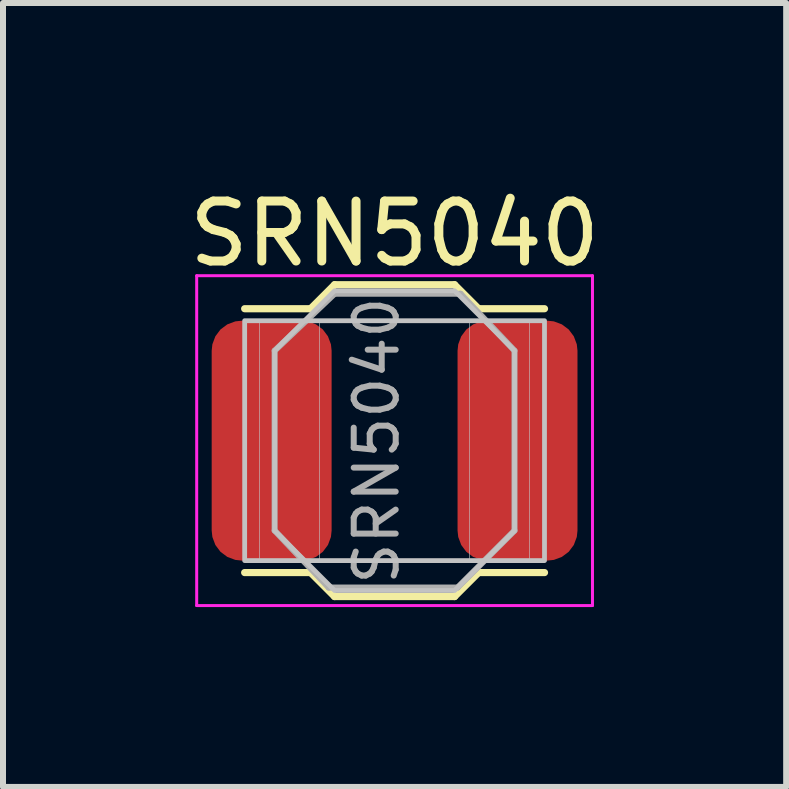
<source format=kicad_pcb>
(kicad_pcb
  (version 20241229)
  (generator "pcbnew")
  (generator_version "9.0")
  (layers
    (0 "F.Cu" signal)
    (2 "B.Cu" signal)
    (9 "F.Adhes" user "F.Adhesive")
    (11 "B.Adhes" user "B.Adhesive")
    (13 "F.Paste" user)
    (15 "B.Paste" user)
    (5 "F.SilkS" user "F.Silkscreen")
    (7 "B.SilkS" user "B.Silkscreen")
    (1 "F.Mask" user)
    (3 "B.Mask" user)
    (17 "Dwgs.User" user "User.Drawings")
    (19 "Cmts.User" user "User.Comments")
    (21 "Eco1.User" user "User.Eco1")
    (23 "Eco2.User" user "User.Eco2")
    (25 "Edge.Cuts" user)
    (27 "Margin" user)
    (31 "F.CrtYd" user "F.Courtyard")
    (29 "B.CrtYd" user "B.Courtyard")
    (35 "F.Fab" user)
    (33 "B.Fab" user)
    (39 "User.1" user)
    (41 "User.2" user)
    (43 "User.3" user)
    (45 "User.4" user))
  (footprint "SRN5040"
    (layer "F.Cu")
    (at 3.53 4.298)
    (property "Reference" "SRN5040" (at 0 -3.45 0) (layer "F.SilkS") (effects (font (size 1 1) (thickness 0.15))))
    (attr smd)
    (fp_line (start -1.4 -2.2) (end -2.5 -2.2) (stroke (width 0.12) (type default)) (layer "F.SilkS"))
    (fp_line (start -1.4 -2.2) (end -1 -2.6) (stroke (width 0.12) (type default)) (layer "F.SilkS"))
    (fp_line (start -1.4 2.2) (end -2.5 2.2) (stroke (width 0.12) (type default)) (layer "F.SilkS"))
    (fp_line (start -1.4 2.2) (end -1 2.6) (stroke (width 0.12) (type default)) (layer "F.SilkS"))
    (fp_line (start -1 -2.6) (end 1 -2.6) (stroke (width 0.12) (type default)) (layer "F.SilkS"))
    (fp_line (start -1 2.6) (end 1 2.6) (stroke (width 0.12) (type default)) (layer "F.SilkS"))
    (fp_line (start 1 -2.6) (end 1.4 -2.2) (stroke (width 0.12) (type default)) (layer "F.SilkS"))
    (fp_line (start 1 2.6) (end 1.4 2.2) (stroke (width 0.12) (type default)) (layer "F.SilkS"))
    (fp_line (start 1.4 -2.2) (end 2.5 -2.2) (stroke (width 0.12) (type default)) (layer "F.SilkS"))
    (fp_line (start 1.4 2.2) (end 2.5 2.2) (stroke (width 0.12) (type default)) (layer "F.SilkS"))
    (fp_rect (start -2.5 -2) (end 2.5 2) (stroke (width 0.08) (type solid)) (fill no) (layer "Dwgs.User"))
    (fp_rect (start -2.25 -2) (end -1.25 2) (stroke (width 0.01) (type default)) (fill no) (layer "Dwgs.User"))
    (fp_rect (start 1.25 -2) (end 2.25 2) (stroke (width 0.01) (type default)) (fill no) (layer "Dwgs.User"))
    (fp_poly (pts (xy -2 -1.5) (xy -1 -2.5) (xy 1 -2.5) (xy 2 -1.5) (xy 2 1.5) (xy 1 2.5) (xy -1 2.5) (xy -2 1.5)) (stroke (width 0.08) (type solid)) (fill no) (layer "Dwgs.User"))
    (fp_line (start -3.3 -2.75) (end -3.3 2.75) (stroke (width 0.05) (type solid)) (layer "F.CrtYd"))
    (fp_line (start -3.3 2.75) (end 3.3 2.75) (stroke (width 0.05) (type solid)) (layer "F.CrtYd"))
    (fp_line (start 3.3 -2.75) (end -3.3 -2.75) (stroke (width 0.05) (type solid)) (layer "F.CrtYd"))
    (fp_line (start 3.3 2.75) (end 3.3 -2.75) (stroke (width 0.05) (type solid)) (layer "F.CrtYd"))
    (fp_line (start -2 -1.5) (end -2 1.5) (stroke (width 0.1) (type solid)) (layer "F.Fab"))
    (fp_line (start -2 -1.5) (end -1 -2.45) (stroke (width 0.1) (type solid)) (layer "F.Fab"))
    (fp_line (start -2 1.5) (end -1.1 2.45) (stroke (width 0.1) (type solid)) (layer "F.Fab"))
    (fp_line (start -1.1 2.45) (end 1.05 2.45) (stroke (width 0.1) (type solid)) (layer "F.Fab"))
    (fp_line (start -1 -2.45) (end 1.1 -2.45) (stroke (width 0.1) (type solid)) (layer "F.Fab"))
    (fp_line (start 2 -1.5) (end 1.1 -2.45) (stroke (width 0.1) (type solid)) (layer "F.Fab"))
    (fp_line (start 2 1.5) (end 1.05 2.45) (stroke (width 0.1) (type solid)) (layer "F.Fab"))
    (fp_line (start 2 1.5) (end 2 -1.5) (stroke (width 0.1) (type solid)) (layer "F.Fab"))
    (fp_text user "${REFERENCE}" (at -0.3 0 90) (layer "F.Fab") (effects (font (size 0.7 0.7) (thickness 0.1))))
    (pad "1" smd roundrect (at -2.05 0) (size 2 4) (layers "F.Cu" "F.Mask" "F.Paste") (roundrect_rratio 0.25))
    (pad "2" smd roundrect (at 2.05 0) (size 2 4) (layers "F.Cu" "F.Mask" "F.Paste") (roundrect_rratio 0.25)))
  (gr_rect
    (start -3 -3)
    (end 10.06 10.073)
    (stroke (width 0.1) (type default))
    (fill no)
    (layer "Edge.Cuts")))
</source>
